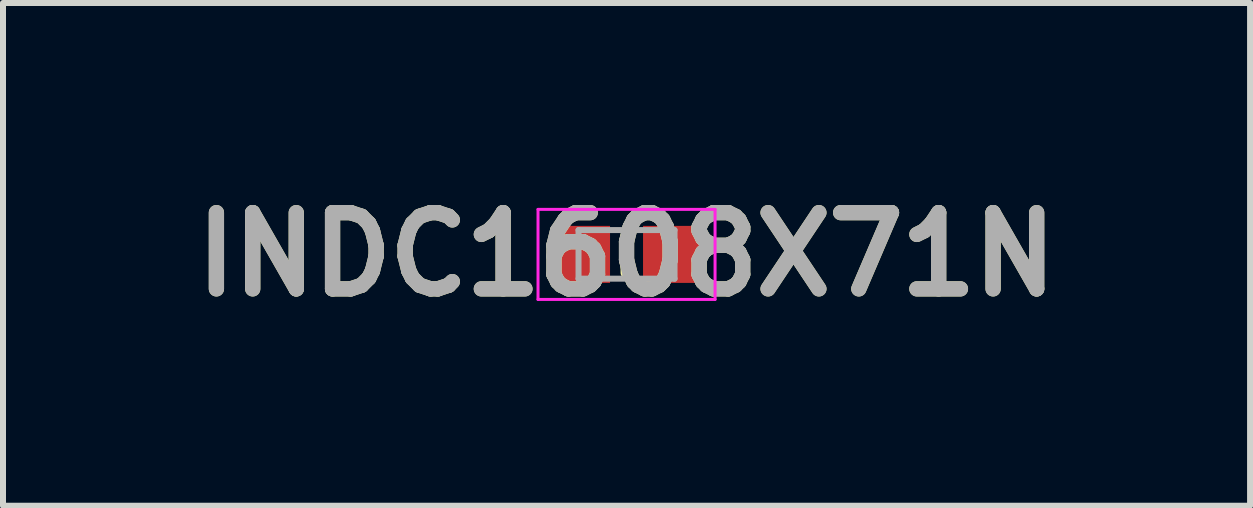
<source format=kicad_pcb>
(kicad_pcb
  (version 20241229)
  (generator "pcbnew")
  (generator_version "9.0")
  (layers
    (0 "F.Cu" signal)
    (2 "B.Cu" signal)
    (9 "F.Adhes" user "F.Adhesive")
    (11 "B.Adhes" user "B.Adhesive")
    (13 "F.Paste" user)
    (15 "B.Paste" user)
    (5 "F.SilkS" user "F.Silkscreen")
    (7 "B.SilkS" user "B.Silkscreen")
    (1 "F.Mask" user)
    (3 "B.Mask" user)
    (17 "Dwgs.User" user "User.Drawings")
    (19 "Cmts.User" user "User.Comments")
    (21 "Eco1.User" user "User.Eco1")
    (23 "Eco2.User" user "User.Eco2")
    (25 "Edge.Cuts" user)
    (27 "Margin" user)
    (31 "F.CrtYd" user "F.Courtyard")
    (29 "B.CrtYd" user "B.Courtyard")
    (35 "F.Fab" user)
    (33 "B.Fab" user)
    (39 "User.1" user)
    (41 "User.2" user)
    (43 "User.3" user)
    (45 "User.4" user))
  (footprint "INDC1608X71N"
    (layer "F.Cu")
    (at 7.39 1.189)
    (property "Reference" "INDC1608X71N" (at 0 0 0) (layer "F.SilkS") (effects (font (size 1.27 1.27) (thickness 0.254))))
    (attr smd)
    (fp_line (start 0 -0.305) (end 0 0.305) (stroke (width 0.2) (type solid)) (layer "F.SilkS"))
    (fp_line (start -1.475 -0.75) (end 1.475 -0.75) (stroke (width 0.05) (type solid)) (layer "F.CrtYd"))
    (fp_line (start -1.475 0.75) (end -1.475 -0.75) (stroke (width 0.05) (type solid)) (layer "F.CrtYd"))
    (fp_line (start 1.475 -0.75) (end 1.475 0.75) (stroke (width 0.05) (type solid)) (layer "F.CrtYd"))
    (fp_line (start 1.475 0.75) (end -1.475 0.75) (stroke (width 0.05) (type solid)) (layer "F.CrtYd"))
    (fp_line (start -0.8 -0.405) (end 0.8 -0.405) (stroke (width 0.1) (type solid)) (layer "F.Fab"))
    (fp_line (start -0.8 0.405) (end -0.8 -0.405) (stroke (width 0.1) (type solid)) (layer "F.Fab"))
    (fp_line (start 0.8 -0.405) (end 0.8 0.405) (stroke (width 0.1) (type solid)) (layer "F.Fab"))
    (fp_line (start 0.8 0.405) (end -0.8 0.405) (stroke (width 0.1) (type solid)) (layer "F.Fab"))
    (fp_text user "${REFERENCE}" (at 0 0 0) (layer "F.Fab") (effects (font (size 1.27 1.27) (thickness 0.254))))
    (pad "1" smd rect (at -0.75 0 90) (size 0.95 0.95) (layers "F.Cu" "F.Mask" "F.Paste"))
    (pad "2" smd rect (at 0.75 0 90) (size 0.95 0.95) (layers "F.Cu" "F.Mask" "F.Paste")))
  (gr_rect
    (start -3 -3)
    (end 17.78 5.377)
    (stroke (width 0.1) (type default))
    (fill no)
    (layer "Edge.Cuts")))
</source>
